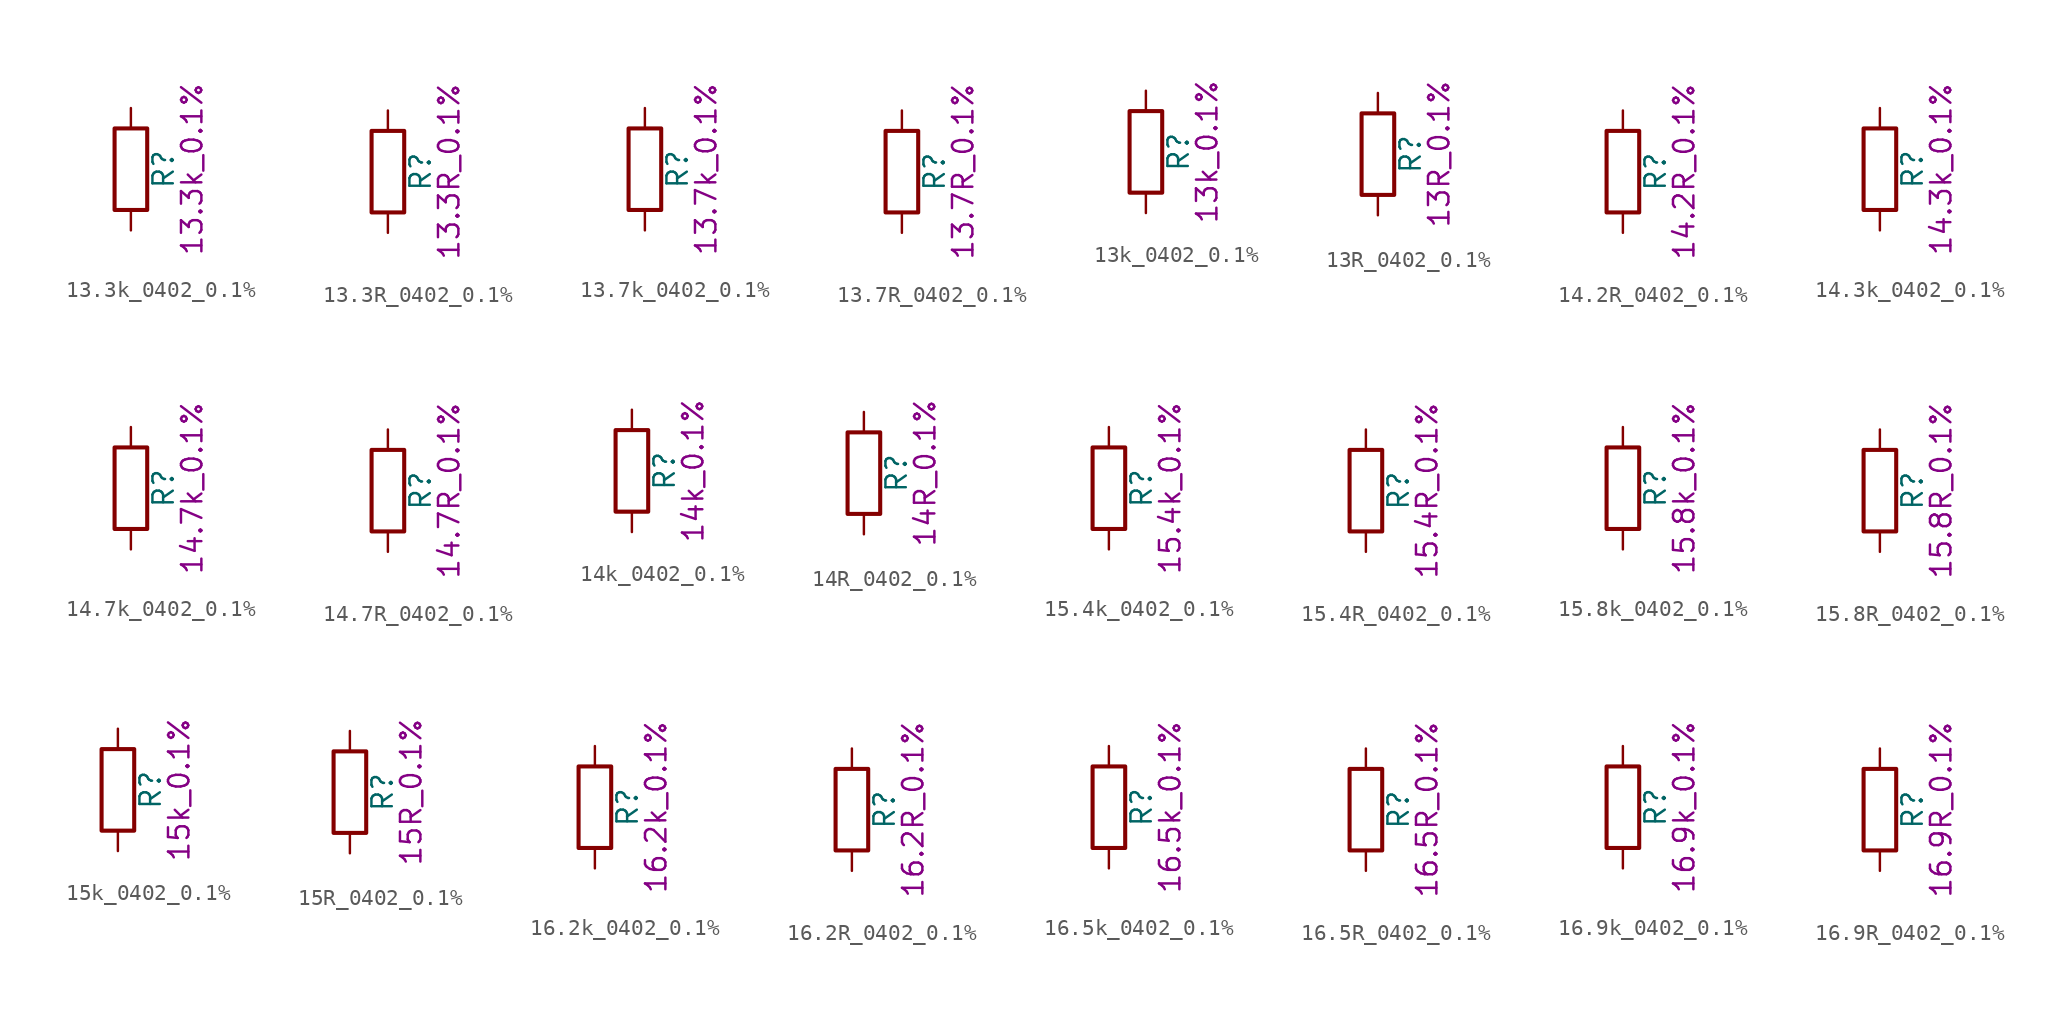
<source format=kicad_sym>
(kicad_symbol_lib
  (version 20211014)
  (generator kicad_symbol_editor)
  (symbol "13.3k_0402_0.1%"
    (pin_numbers hide)
    (pin_names
      (offset 0))
    (property "Reference" "R"
      (at 2.032 0 90)
      (effects (font (size 1.27 1.27))))
    (property "Display" "13.3k_0.1%"
      (at 3.81 0 90)
      (effects (font (size 1.27 1.27))))
    (symbol "13.3k_0402_0.1%_0_1"
      (rectangle (start -1.016 -2.54) (end 1.016 2.54) (stroke (width 0.254) (type default) (color 0 0 0 0)) (fill (type none))))
    (symbol "13.3k_0402_0.1%_1_1"
      (pin passive line (at 0 3.81 270) (length 1.27) (name "~" (effects (font (size 1.27 1.27)))) (number "1" (effects (font (size 1.27 1.27)))))
      (pin passive line (at 0 -3.81 90) (length 1.27) (name "~" (effects (font (size 1.27 1.27)))) (number "2" (effects (font (size 1.27 1.27)))))))
  (symbol "13.3R_0402_0.1%"
    (pin_numbers hide)
    (pin_names
      (offset 0))
    (property "Reference" "R"
      (at 2.032 0 90)
      (effects (font (size 1.27 1.27))))
    (property "Display" "13.3R_0.1%"
      (at 3.81 0 90)
      (effects (font (size 1.27 1.27))))
    (symbol "13.3R_0402_0.1%_0_1"
      (rectangle (start -1.016 -2.54) (end 1.016 2.54) (stroke (width 0.254) (type default) (color 0 0 0 0)) (fill (type none))))
    (symbol "13.3R_0402_0.1%_1_1"
      (pin passive line (at 0 3.81 270) (length 1.27) (name "~" (effects (font (size 1.27 1.27)))) (number "1" (effects (font (size 1.27 1.27)))))
      (pin passive line (at 0 -3.81 90) (length 1.27) (name "~" (effects (font (size 1.27 1.27)))) (number "2" (effects (font (size 1.27 1.27)))))))
  (symbol "13.7k_0402_0.1%"
    (pin_numbers hide)
    (pin_names
      (offset 0))
    (property "Reference" "R"
      (at 2.032 0 90)
      (effects (font (size 1.27 1.27))))
    (property "Display" "13.7k_0.1%"
      (at 3.81 0 90)
      (effects (font (size 1.27 1.27))))
    (symbol "13.7k_0402_0.1%_0_1"
      (rectangle (start -1.016 -2.54) (end 1.016 2.54) (stroke (width 0.254) (type default) (color 0 0 0 0)) (fill (type none))))
    (symbol "13.7k_0402_0.1%_1_1"
      (pin passive line (at 0 3.81 270) (length 1.27) (name "~" (effects (font (size 1.27 1.27)))) (number "1" (effects (font (size 1.27 1.27)))))
      (pin passive line (at 0 -3.81 90) (length 1.27) (name "~" (effects (font (size 1.27 1.27)))) (number "2" (effects (font (size 1.27 1.27)))))))
  (symbol "13.7R_0402_0.1%"
    (pin_numbers hide)
    (pin_names
      (offset 0))
    (property "Reference" "R"
      (at 2.032 0 90)
      (effects (font (size 1.27 1.27))))
    (property "Display" "13.7R_0.1%"
      (at 3.81 0 90)
      (effects (font (size 1.27 1.27))))
    (symbol "13.7R_0402_0.1%_0_1"
      (rectangle (start -1.016 -2.54) (end 1.016 2.54) (stroke (width 0.254) (type default) (color 0 0 0 0)) (fill (type none))))
    (symbol "13.7R_0402_0.1%_1_1"
      (pin passive line (at 0 3.81 270) (length 1.27) (name "~" (effects (font (size 1.27 1.27)))) (number "1" (effects (font (size 1.27 1.27)))))
      (pin passive line (at 0 -3.81 90) (length 1.27) (name "~" (effects (font (size 1.27 1.27)))) (number "2" (effects (font (size 1.27 1.27)))))))
  (symbol "13k_0402_0.1%"
    (pin_numbers hide)
    (pin_names
      (offset 0))
    (property "Reference" "R"
      (at 2.032 0 90)
      (effects (font (size 1.27 1.27))))
    (property "Display" "13k_0.1%"
      (at 3.81 0 90)
      (effects (font (size 1.27 1.27))))
    (symbol "13k_0402_0.1%_0_1"
      (rectangle (start -1.016 -2.54) (end 1.016 2.54) (stroke (width 0.254) (type default) (color 0 0 0 0)) (fill (type none))))
    (symbol "13k_0402_0.1%_1_1"
      (pin passive line (at 0 3.81 270) (length 1.27) (name "~" (effects (font (size 1.27 1.27)))) (number "1" (effects (font (size 1.27 1.27)))))
      (pin passive line (at 0 -3.81 90) (length 1.27) (name "~" (effects (font (size 1.27 1.27)))) (number "2" (effects (font (size 1.27 1.27)))))))
  (symbol "13R_0402_0.1%"
    (pin_numbers hide)
    (pin_names
      (offset 0))
    (property "Reference" "R"
      (at 2.032 0 90)
      (effects (font (size 1.27 1.27))))
    (property "Display" "13R_0.1%"
      (at 3.81 0 90)
      (effects (font (size 1.27 1.27))))
    (symbol "13R_0402_0.1%_0_1"
      (rectangle (start -1.016 -2.54) (end 1.016 2.54) (stroke (width 0.254) (type default) (color 0 0 0 0)) (fill (type none))))
    (symbol "13R_0402_0.1%_1_1"
      (pin passive line (at 0 3.81 270) (length 1.27) (name "~" (effects (font (size 1.27 1.27)))) (number "1" (effects (font (size 1.27 1.27)))))
      (pin passive line (at 0 -3.81 90) (length 1.27) (name "~" (effects (font (size 1.27 1.27)))) (number "2" (effects (font (size 1.27 1.27)))))))
  (symbol "14.2R_0402_0.1%"
    (pin_numbers hide)
    (pin_names
      (offset 0))
    (property "Reference" "R"
      (at 2.032 0 90)
      (effects (font (size 1.27 1.27))))
    (property "Display" "14.2R_0.1%"
      (at 3.81 0 90)
      (effects (font (size 1.27 1.27))))
    (symbol "14.2R_0402_0.1%_0_1"
      (rectangle (start -1.016 -2.54) (end 1.016 2.54) (stroke (width 0.254) (type default) (color 0 0 0 0)) (fill (type none))))
    (symbol "14.2R_0402_0.1%_1_1"
      (pin passive line (at 0 3.81 270) (length 1.27) (name "~" (effects (font (size 1.27 1.27)))) (number "1" (effects (font (size 1.27 1.27)))))
      (pin passive line (at 0 -3.81 90) (length 1.27) (name "~" (effects (font (size 1.27 1.27)))) (number "2" (effects (font (size 1.27 1.27)))))))
  (symbol "14.3k_0402_0.1%"
    (pin_numbers hide)
    (pin_names
      (offset 0))
    (property "Reference" "R"
      (at 2.032 0 90)
      (effects (font (size 1.27 1.27))))
    (property "Display" "14.3k_0.1%"
      (at 3.81 0 90)
      (effects (font (size 1.27 1.27))))
    (symbol "14.3k_0402_0.1%_0_1"
      (rectangle (start -1.016 -2.54) (end 1.016 2.54) (stroke (width 0.254) (type default) (color 0 0 0 0)) (fill (type none))))
    (symbol "14.3k_0402_0.1%_1_1"
      (pin passive line (at 0 3.81 270) (length 1.27) (name "~" (effects (font (size 1.27 1.27)))) (number "1" (effects (font (size 1.27 1.27)))))
      (pin passive line (at 0 -3.81 90) (length 1.27) (name "~" (effects (font (size 1.27 1.27)))) (number "2" (effects (font (size 1.27 1.27)))))))
  (symbol "14.7k_0402_0.1%"
    (pin_numbers hide)
    (pin_names
      (offset 0))
    (property "Reference" "R"
      (at 2.032 0 90)
      (effects (font (size 1.27 1.27))))
    (property "Display" "14.7k_0.1%"
      (at 3.81 0 90)
      (effects (font (size 1.27 1.27))))
    (symbol "14.7k_0402_0.1%_0_1"
      (rectangle (start -1.016 -2.54) (end 1.016 2.54) (stroke (width 0.254) (type default) (color 0 0 0 0)) (fill (type none))))
    (symbol "14.7k_0402_0.1%_1_1"
      (pin passive line (at 0 3.81 270) (length 1.27) (name "~" (effects (font (size 1.27 1.27)))) (number "1" (effects (font (size 1.27 1.27)))))
      (pin passive line (at 0 -3.81 90) (length 1.27) (name "~" (effects (font (size 1.27 1.27)))) (number "2" (effects (font (size 1.27 1.27)))))))
  (symbol "14.7R_0402_0.1%"
    (pin_numbers hide)
    (pin_names
      (offset 0))
    (property "Reference" "R"
      (at 2.032 0 90)
      (effects (font (size 1.27 1.27))))
    (property "Display" "14.7R_0.1%"
      (at 3.81 0 90)
      (effects (font (size 1.27 1.27))))
    (symbol "14.7R_0402_0.1%_0_1"
      (rectangle (start -1.016 -2.54) (end 1.016 2.54) (stroke (width 0.254) (type default) (color 0 0 0 0)) (fill (type none))))
    (symbol "14.7R_0402_0.1%_1_1"
      (pin passive line (at 0 3.81 270) (length 1.27) (name "~" (effects (font (size 1.27 1.27)))) (number "1" (effects (font (size 1.27 1.27)))))
      (pin passive line (at 0 -3.81 90) (length 1.27) (name "~" (effects (font (size 1.27 1.27)))) (number "2" (effects (font (size 1.27 1.27)))))))
  (symbol "14k_0402_0.1%"
    (pin_numbers hide)
    (pin_names
      (offset 0))
    (property "Reference" "R"
      (at 2.032 0 90)
      (effects (font (size 1.27 1.27))))
    (property "Display" "14k_0.1%"
      (at 3.81 0 90)
      (effects (font (size 1.27 1.27))))
    (symbol "14k_0402_0.1%_0_1"
      (rectangle (start -1.016 -2.54) (end 1.016 2.54) (stroke (width 0.254) (type default) (color 0 0 0 0)) (fill (type none))))
    (symbol "14k_0402_0.1%_1_1"
      (pin passive line (at 0 3.81 270) (length 1.27) (name "~" (effects (font (size 1.27 1.27)))) (number "1" (effects (font (size 1.27 1.27)))))
      (pin passive line (at 0 -3.81 90) (length 1.27) (name "~" (effects (font (size 1.27 1.27)))) (number "2" (effects (font (size 1.27 1.27)))))))
  (symbol "14R_0402_0.1%"
    (pin_numbers hide)
    (pin_names
      (offset 0))
    (property "Reference" "R"
      (at 2.032 0 90)
      (effects (font (size 1.27 1.27))))
    (property "Display" "14R_0.1%"
      (at 3.81 0 90)
      (effects (font (size 1.27 1.27))))
    (symbol "14R_0402_0.1%_0_1"
      (rectangle (start -1.016 -2.54) (end 1.016 2.54) (stroke (width 0.254) (type default) (color 0 0 0 0)) (fill (type none))))
    (symbol "14R_0402_0.1%_1_1"
      (pin passive line (at 0 3.81 270) (length 1.27) (name "~" (effects (font (size 1.27 1.27)))) (number "1" (effects (font (size 1.27 1.27)))))
      (pin passive line (at 0 -3.81 90) (length 1.27) (name "~" (effects (font (size 1.27 1.27)))) (number "2" (effects (font (size 1.27 1.27)))))))
  (symbol "15.4k_0402_0.1%"
    (pin_numbers hide)
    (pin_names
      (offset 0))
    (property "Reference" "R"
      (at 2.032 0 90)
      (effects (font (size 1.27 1.27))))
    (property "Display" "15.4k_0.1%"
      (at 3.81 0 90)
      (effects (font (size 1.27 1.27))))
    (symbol "15.4k_0402_0.1%_0_1"
      (rectangle (start -1.016 -2.54) (end 1.016 2.54) (stroke (width 0.254) (type default) (color 0 0 0 0)) (fill (type none))))
    (symbol "15.4k_0402_0.1%_1_1"
      (pin passive line (at 0 3.81 270) (length 1.27) (name "~" (effects (font (size 1.27 1.27)))) (number "1" (effects (font (size 1.27 1.27)))))
      (pin passive line (at 0 -3.81 90) (length 1.27) (name "~" (effects (font (size 1.27 1.27)))) (number "2" (effects (font (size 1.27 1.27)))))))
  (symbol "15.4R_0402_0.1%"
    (pin_numbers hide)
    (pin_names
      (offset 0))
    (property "Reference" "R"
      (at 2.032 0 90)
      (effects (font (size 1.27 1.27))))
    (property "Display" "15.4R_0.1%"
      (at 3.81 0 90)
      (effects (font (size 1.27 1.27))))
    (symbol "15.4R_0402_0.1%_0_1"
      (rectangle (start -1.016 -2.54) (end 1.016 2.54) (stroke (width 0.254) (type default) (color 0 0 0 0)) (fill (type none))))
    (symbol "15.4R_0402_0.1%_1_1"
      (pin passive line (at 0 3.81 270) (length 1.27) (name "~" (effects (font (size 1.27 1.27)))) (number "1" (effects (font (size 1.27 1.27)))))
      (pin passive line (at 0 -3.81 90) (length 1.27) (name "~" (effects (font (size 1.27 1.27)))) (number "2" (effects (font (size 1.27 1.27)))))))
  (symbol "15.8k_0402_0.1%"
    (pin_numbers hide)
    (pin_names
      (offset 0))
    (property "Reference" "R"
      (at 2.032 0 90)
      (effects (font (size 1.27 1.27))))
    (property "Display" "15.8k_0.1%"
      (at 3.81 0 90)
      (effects (font (size 1.27 1.27))))
    (symbol "15.8k_0402_0.1%_0_1"
      (rectangle (start -1.016 -2.54) (end 1.016 2.54) (stroke (width 0.254) (type default) (color 0 0 0 0)) (fill (type none))))
    (symbol "15.8k_0402_0.1%_1_1"
      (pin passive line (at 0 3.81 270) (length 1.27) (name "~" (effects (font (size 1.27 1.27)))) (number "1" (effects (font (size 1.27 1.27)))))
      (pin passive line (at 0 -3.81 90) (length 1.27) (name "~" (effects (font (size 1.27 1.27)))) (number "2" (effects (font (size 1.27 1.27)))))))
  (symbol "15.8R_0402_0.1%"
    (pin_numbers hide)
    (pin_names
      (offset 0))
    (property "Reference" "R"
      (at 2.032 0 90)
      (effects (font (size 1.27 1.27))))
    (property "Display" "15.8R_0.1%"
      (at 3.81 0 90)
      (effects (font (size 1.27 1.27))))
    (symbol "15.8R_0402_0.1%_0_1"
      (rectangle (start -1.016 -2.54) (end 1.016 2.54) (stroke (width 0.254) (type default) (color 0 0 0 0)) (fill (type none))))
    (symbol "15.8R_0402_0.1%_1_1"
      (pin passive line (at 0 3.81 270) (length 1.27) (name "~" (effects (font (size 1.27 1.27)))) (number "1" (effects (font (size 1.27 1.27)))))
      (pin passive line (at 0 -3.81 90) (length 1.27) (name "~" (effects (font (size 1.27 1.27)))) (number "2" (effects (font (size 1.27 1.27)))))))
  (symbol "15k_0402_0.1%"
    (pin_numbers hide)
    (pin_names
      (offset 0))
    (property "Reference" "R"
      (at 2.032 0 90)
      (effects (font (size 1.27 1.27))))
    (property "Display" "15k_0.1%"
      (at 3.81 0 90)
      (effects (font (size 1.27 1.27))))
    (symbol "15k_0402_0.1%_0_1"
      (rectangle (start -1.016 -2.54) (end 1.016 2.54) (stroke (width 0.254) (type default) (color 0 0 0 0)) (fill (type none))))
    (symbol "15k_0402_0.1%_1_1"
      (pin passive line (at 0 3.81 270) (length 1.27) (name "~" (effects (font (size 1.27 1.27)))) (number "1" (effects (font (size 1.27 1.27)))))
      (pin passive line (at 0 -3.81 90) (length 1.27) (name "~" (effects (font (size 1.27 1.27)))) (number "2" (effects (font (size 1.27 1.27)))))))
  (symbol "15R_0402_0.1%"
    (pin_numbers hide)
    (pin_names
      (offset 0))
    (property "Reference" "R"
      (at 2.032 0 90)
      (effects (font (size 1.27 1.27))))
    (property "Display" "15R_0.1%"
      (at 3.81 0 90)
      (effects (font (size 1.27 1.27))))
    (symbol "15R_0402_0.1%_0_1"
      (rectangle (start -1.016 -2.54) (end 1.016 2.54) (stroke (width 0.254) (type default) (color 0 0 0 0)) (fill (type none))))
    (symbol "15R_0402_0.1%_1_1"
      (pin passive line (at 0 3.81 270) (length 1.27) (name "~" (effects (font (size 1.27 1.27)))) (number "1" (effects (font (size 1.27 1.27)))))
      (pin passive line (at 0 -3.81 90) (length 1.27) (name "~" (effects (font (size 1.27 1.27)))) (number "2" (effects (font (size 1.27 1.27)))))))
  (symbol "16.2k_0402_0.1%"
    (pin_numbers hide)
    (pin_names
      (offset 0))
    (property "Reference" "R"
      (at 2.032 0 90)
      (effects (font (size 1.27 1.27))))
    (property "Display" "16.2k_0.1%"
      (at 3.81 0 90)
      (effects (font (size 1.27 1.27))))
    (symbol "16.2k_0402_0.1%_0_1"
      (rectangle (start -1.016 -2.54) (end 1.016 2.54) (stroke (width 0.254) (type default) (color 0 0 0 0)) (fill (type none))))
    (symbol "16.2k_0402_0.1%_1_1"
      (pin passive line (at 0 3.81 270) (length 1.27) (name "~" (effects (font (size 1.27 1.27)))) (number "1" (effects (font (size 1.27 1.27)))))
      (pin passive line (at 0 -3.81 90) (length 1.27) (name "~" (effects (font (size 1.27 1.27)))) (number "2" (effects (font (size 1.27 1.27)))))))
  (symbol "16.2R_0402_0.1%"
    (pin_numbers hide)
    (pin_names
      (offset 0))
    (property "Reference" "R"
      (at 2.032 0 90)
      (effects (font (size 1.27 1.27))))
    (property "Display" "16.2R_0.1%"
      (at 3.81 0 90)
      (effects (font (size 1.27 1.27))))
    (symbol "16.2R_0402_0.1%_0_1"
      (rectangle (start -1.016 -2.54) (end 1.016 2.54) (stroke (width 0.254) (type default) (color 0 0 0 0)) (fill (type none))))
    (symbol "16.2R_0402_0.1%_1_1"
      (pin passive line (at 0 3.81 270) (length 1.27) (name "~" (effects (font (size 1.27 1.27)))) (number "1" (effects (font (size 1.27 1.27)))))
      (pin passive line (at 0 -3.81 90) (length 1.27) (name "~" (effects (font (size 1.27 1.27)))) (number "2" (effects (font (size 1.27 1.27)))))))
  (symbol "16.5k_0402_0.1%"
    (pin_numbers hide)
    (pin_names
      (offset 0))
    (property "Reference" "R"
      (at 2.032 0 90)
      (effects (font (size 1.27 1.27))))
    (property "Display" "16.5k_0.1%"
      (at 3.81 0 90)
      (effects (font (size 1.27 1.27))))
    (symbol "16.5k_0402_0.1%_0_1"
      (rectangle (start -1.016 -2.54) (end 1.016 2.54) (stroke (width 0.254) (type default) (color 0 0 0 0)) (fill (type none))))
    (symbol "16.5k_0402_0.1%_1_1"
      (pin passive line (at 0 3.81 270) (length 1.27) (name "~" (effects (font (size 1.27 1.27)))) (number "1" (effects (font (size 1.27 1.27)))))
      (pin passive line (at 0 -3.81 90) (length 1.27) (name "~" (effects (font (size 1.27 1.27)))) (number "2" (effects (font (size 1.27 1.27)))))))
  (symbol "16.5R_0402_0.1%"
    (pin_numbers hide)
    (pin_names
      (offset 0))
    (property "Reference" "R"
      (at 2.032 0 90)
      (effects (font (size 1.27 1.27))))
    (property "Display" "16.5R_0.1%"
      (at 3.81 0 90)
      (effects (font (size 1.27 1.27))))
    (symbol "16.5R_0402_0.1%_0_1"
      (rectangle (start -1.016 -2.54) (end 1.016 2.54) (stroke (width 0.254) (type default) (color 0 0 0 0)) (fill (type none))))
    (symbol "16.5R_0402_0.1%_1_1"
      (pin passive line (at 0 3.81 270) (length 1.27) (name "~" (effects (font (size 1.27 1.27)))) (number "1" (effects (font (size 1.27 1.27)))))
      (pin passive line (at 0 -3.81 90) (length 1.27) (name "~" (effects (font (size 1.27 1.27)))) (number "2" (effects (font (size 1.27 1.27)))))))
  (symbol "16.9k_0402_0.1%"
    (pin_numbers hide)
    (pin_names
      (offset 0))
    (property "Reference" "R"
      (at 2.032 0 90)
      (effects (font (size 1.27 1.27))))
    (property "Display" "16.9k_0.1%"
      (at 3.81 0 90)
      (effects (font (size 1.27 1.27))))
    (symbol "16.9k_0402_0.1%_0_1"
      (rectangle (start -1.016 -2.54) (end 1.016 2.54) (stroke (width 0.254) (type default) (color 0 0 0 0)) (fill (type none))))
    (symbol "16.9k_0402_0.1%_1_1"
      (pin passive line (at 0 3.81 270) (length 1.27) (name "~" (effects (font (size 1.27 1.27)))) (number "1" (effects (font (size 1.27 1.27)))))
      (pin passive line (at 0 -3.81 90) (length 1.27) (name "~" (effects (font (size 1.27 1.27)))) (number "2" (effects (font (size 1.27 1.27)))))))
  (symbol "16.9R_0402_0.1%"
    (pin_numbers hide)
    (pin_names
      (offset 0))
    (property "Reference" "R"
      (at 2.032 0 90)
      (effects (font (size 1.27 1.27))))
    (property "Display" "16.9R_0.1%"
      (at 3.81 0 90)
      (effects (font (size 1.27 1.27))))
    (symbol "16.9R_0402_0.1%_0_1"
      (rectangle (start -1.016 -2.54) (end 1.016 2.54) (stroke (width 0.254) (type default) (color 0 0 0 0)) (fill (type none))))
    (symbol "16.9R_0402_0.1%_1_1"
      (pin passive line (at 0 3.81 270) (length 1.27) (name "~" (effects (font (size 1.27 1.27)))) (number "1" (effects (font (size 1.27 1.27)))))
      (pin passive line (at 0 -3.81 90) (length 1.27) (name "~" (effects (font (size 1.27 1.27)))) (number "2" (effects (font (size 1.27 1.27))))))))
</source>
